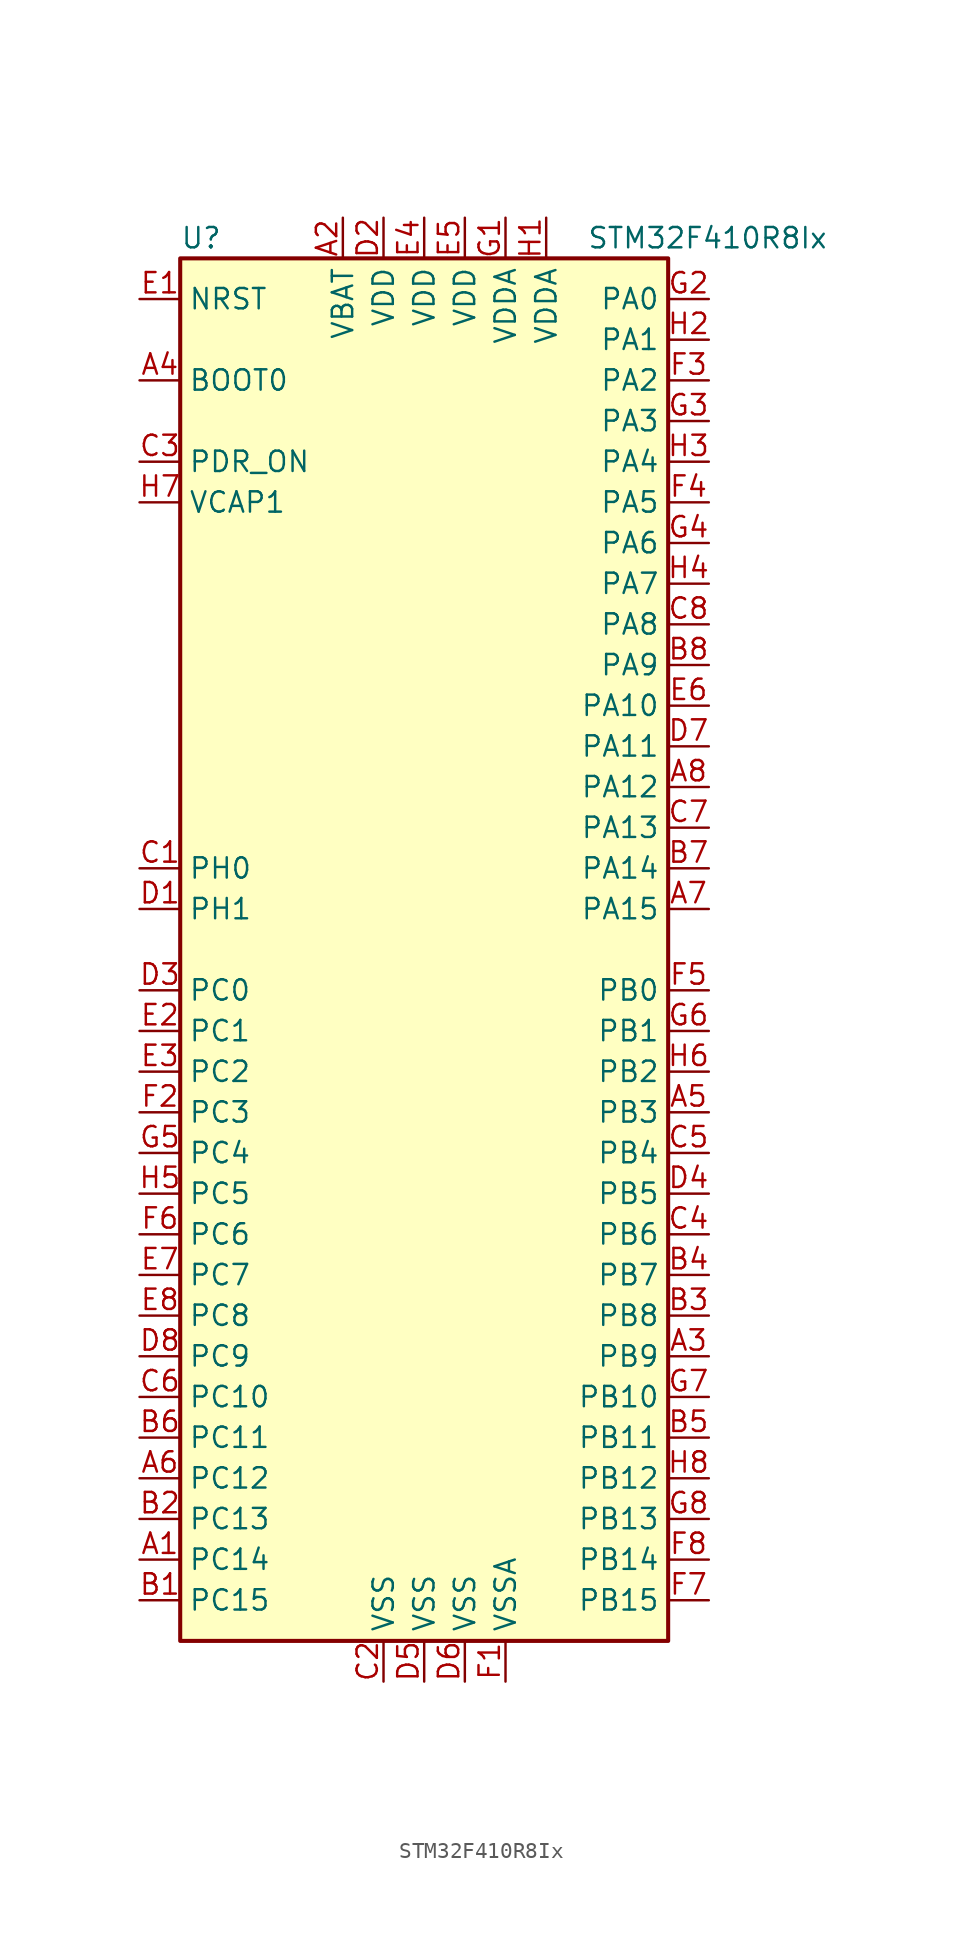
<source format=kicad_sym>
(kicad_symbol_lib
  (version 20201005)
  (generator kicad_symbol_editor)
  (symbol "STM32F410R8Ix"
    (property "Reference" "U"
      (at -15.24 44.45 0)
      (effects (font (size 1.27 1.27)) (justify left)))
    (property "Value" "STM32F410R8Ix"
      (at 10.16 44.45 0)
      (effects (font (size 1.27 1.27)) (justify left)))
    (symbol "STM32F410R8Ix_0_1"
      (rectangle (start -15.24 -43.18) (end 15.24 43.18) (stroke (width 0.254)) (fill (type background))))
    (symbol "STM32F410R8Ix_1_1"
      (pin input line (at -17.78 35.56 0) (length 2.54) (name "BOOT0" (effects (font (size 1.27 1.27)))) (number "A4" (effects (font (size 1.27 1.27)))))
      (pin input line (at -17.78 40.64 0) (length 2.54) (name "NRST" (effects (font (size 1.27 1.27)))) (number "E1" (effects (font (size 1.27 1.27)))))
      (pin bidirectional line (at 17.78 40.64 180) (length 2.54) (name "PA0" (effects (font (size 1.27 1.27)))) (number "G2" (effects (font (size 1.27 1.27)))))
      (pin bidirectional line (at 17.78 38.1 180) (length 2.54) (name "PA1" (effects (font (size 1.27 1.27)))) (number "H2" (effects (font (size 1.27 1.27)))))
      (pin bidirectional line (at 17.78 15.24 180) (length 2.54) (name "PA10" (effects (font (size 1.27 1.27)))) (number "E6" (effects (font (size 1.27 1.27)))))
      (pin bidirectional line (at 17.78 12.7 180) (length 2.54) (name "PA11" (effects (font (size 1.27 1.27)))) (number "D7" (effects (font (size 1.27 1.27)))))
      (pin bidirectional line (at 17.78 10.16 180) (length 2.54) (name "PA12" (effects (font (size 1.27 1.27)))) (number "A8" (effects (font (size 1.27 1.27)))))
      (pin bidirectional line (at 17.78 7.62 180) (length 2.54) (name "PA13" (effects (font (size 1.27 1.27)))) (number "C7" (effects (font (size 1.27 1.27)))))
      (pin bidirectional line (at 17.78 5.08 180) (length 2.54) (name "PA14" (effects (font (size 1.27 1.27)))) (number "B7" (effects (font (size 1.27 1.27)))))
      (pin bidirectional line (at 17.78 2.54 180) (length 2.54) (name "PA15" (effects (font (size 1.27 1.27)))) (number "A7" (effects (font (size 1.27 1.27)))))
      (pin bidirectional line (at 17.78 35.56 180) (length 2.54) (name "PA2" (effects (font (size 1.27 1.27)))) (number "F3" (effects (font (size 1.27 1.27)))))
      (pin bidirectional line (at 17.78 33.02 180) (length 2.54) (name "PA3" (effects (font (size 1.27 1.27)))) (number "G3" (effects (font (size 1.27 1.27)))))
      (pin bidirectional line (at 17.78 30.48 180) (length 2.54) (name "PA4" (effects (font (size 1.27 1.27)))) (number "H3" (effects (font (size 1.27 1.27)))))
      (pin bidirectional line (at 17.78 27.94 180) (length 2.54) (name "PA5" (effects (font (size 1.27 1.27)))) (number "F4" (effects (font (size 1.27 1.27)))))
      (pin bidirectional line (at 17.78 25.4 180) (length 2.54) (name "PA6" (effects (font (size 1.27 1.27)))) (number "G4" (effects (font (size 1.27 1.27)))))
      (pin bidirectional line (at 17.78 22.86 180) (length 2.54) (name "PA7" (effects (font (size 1.27 1.27)))) (number "H4" (effects (font (size 1.27 1.27)))))
      (pin bidirectional line (at 17.78 20.32 180) (length 2.54) (name "PA8" (effects (font (size 1.27 1.27)))) (number "C8" (effects (font (size 1.27 1.27)))))
      (pin bidirectional line (at 17.78 17.78 180) (length 2.54) (name "PA9" (effects (font (size 1.27 1.27)))) (number "B8" (effects (font (size 1.27 1.27)))))
      (pin bidirectional line (at 17.78 -2.54 180) (length 2.54) (name "PB0" (effects (font (size 1.27 1.27)))) (number "F5" (effects (font (size 1.27 1.27)))))
      (pin bidirectional line (at 17.78 -5.08 180) (length 2.54) (name "PB1" (effects (font (size 1.27 1.27)))) (number "G6" (effects (font (size 1.27 1.27)))))
      (pin bidirectional line (at 17.78 -27.94 180) (length 2.54) (name "PB10" (effects (font (size 1.27 1.27)))) (number "G7" (effects (font (size 1.27 1.27)))))
      (pin bidirectional line (at 17.78 -30.48 180) (length 2.54) (name "PB11" (effects (font (size 1.27 1.27)))) (number "B5" (effects (font (size 1.27 1.27)))))
      (pin bidirectional line (at 17.78 -33.02 180) (length 2.54) (name "PB12" (effects (font (size 1.27 1.27)))) (number "H8" (effects (font (size 1.27 1.27)))))
      (pin bidirectional line (at 17.78 -35.56 180) (length 2.54) (name "PB13" (effects (font (size 1.27 1.27)))) (number "G8" (effects (font (size 1.27 1.27)))))
      (pin bidirectional line (at 17.78 -38.1 180) (length 2.54) (name "PB14" (effects (font (size 1.27 1.27)))) (number "F8" (effects (font (size 1.27 1.27)))))
      (pin bidirectional line (at 17.78 -40.64 180) (length 2.54) (name "PB15" (effects (font (size 1.27 1.27)))) (number "F7" (effects (font (size 1.27 1.27)))))
      (pin bidirectional line (at 17.78 -7.62 180) (length 2.54) (name "PB2" (effects (font (size 1.27 1.27)))) (number "H6" (effects (font (size 1.27 1.27)))))
      (pin bidirectional line (at 17.78 -10.16 180) (length 2.54) (name "PB3" (effects (font (size 1.27 1.27)))) (number "A5" (effects (font (size 1.27 1.27)))))
      (pin bidirectional line (at 17.78 -12.7 180) (length 2.54) (name "PB4" (effects (font (size 1.27 1.27)))) (number "C5" (effects (font (size 1.27 1.27)))))
      (pin bidirectional line (at 17.78 -15.24 180) (length 2.54) (name "PB5" (effects (font (size 1.27 1.27)))) (number "D4" (effects (font (size 1.27 1.27)))))
      (pin bidirectional line (at 17.78 -17.78 180) (length 2.54) (name "PB6" (effects (font (size 1.27 1.27)))) (number "C4" (effects (font (size 1.27 1.27)))))
      (pin bidirectional line (at 17.78 -20.32 180) (length 2.54) (name "PB7" (effects (font (size 1.27 1.27)))) (number "B4" (effects (font (size 1.27 1.27)))))
      (pin bidirectional line (at 17.78 -22.86 180) (length 2.54) (name "PB8" (effects (font (size 1.27 1.27)))) (number "B3" (effects (font (size 1.27 1.27)))))
      (pin bidirectional line (at 17.78 -25.4 180) (length 2.54) (name "PB9" (effects (font (size 1.27 1.27)))) (number "A3" (effects (font (size 1.27 1.27)))))
      (pin bidirectional line (at -17.78 -2.54 0) (length 2.54) (name "PC0" (effects (font (size 1.27 1.27)))) (number "D3" (effects (font (size 1.27 1.27)))))
      (pin bidirectional line (at -17.78 -5.08 0) (length 2.54) (name "PC1" (effects (font (size 1.27 1.27)))) (number "E2" (effects (font (size 1.27 1.27)))))
      (pin bidirectional line (at -17.78 -27.94 0) (length 2.54) (name "PC10" (effects (font (size 1.27 1.27)))) (number "C6" (effects (font (size 1.27 1.27)))))
      (pin bidirectional line (at -17.78 -30.48 0) (length 2.54) (name "PC11" (effects (font (size 1.27 1.27)))) (number "B6" (effects (font (size 1.27 1.27)))))
      (pin bidirectional line (at -17.78 -33.02 0) (length 2.54) (name "PC12" (effects (font (size 1.27 1.27)))) (number "A6" (effects (font (size 1.27 1.27)))))
      (pin bidirectional line (at -17.78 -35.56 0) (length 2.54) (name "PC13" (effects (font (size 1.27 1.27)))) (number "B2" (effects (font (size 1.27 1.27)))))
      (pin bidirectional line (at -17.78 -38.1 0) (length 2.54) (name "PC14" (effects (font (size 1.27 1.27)))) (number "A1" (effects (font (size 1.27 1.27)))))
      (pin bidirectional line (at -17.78 -40.64 0) (length 2.54) (name "PC15" (effects (font (size 1.27 1.27)))) (number "B1" (effects (font (size 1.27 1.27)))))
      (pin bidirectional line (at -17.78 -7.62 0) (length 2.54) (name "PC2" (effects (font (size 1.27 1.27)))) (number "E3" (effects (font (size 1.27 1.27)))))
      (pin bidirectional line (at -17.78 -10.16 0) (length 2.54) (name "PC3" (effects (font (size 1.27 1.27)))) (number "F2" (effects (font (size 1.27 1.27)))))
      (pin bidirectional line (at -17.78 -12.7 0) (length 2.54) (name "PC4" (effects (font (size 1.27 1.27)))) (number "G5" (effects (font (size 1.27 1.27)))))
      (pin bidirectional line (at -17.78 -15.24 0) (length 2.54) (name "PC5" (effects (font (size 1.27 1.27)))) (number "H5" (effects (font (size 1.27 1.27)))))
      (pin bidirectional line (at -17.78 -17.78 0) (length 2.54) (name "PC6" (effects (font (size 1.27 1.27)))) (number "F6" (effects (font (size 1.27 1.27)))))
      (pin bidirectional line (at -17.78 -20.32 0) (length 2.54) (name "PC7" (effects (font (size 1.27 1.27)))) (number "E7" (effects (font (size 1.27 1.27)))))
      (pin bidirectional line (at -17.78 -22.86 0) (length 2.54) (name "PC8" (effects (font (size 1.27 1.27)))) (number "E8" (effects (font (size 1.27 1.27)))))
      (pin bidirectional line (at -17.78 -25.4 0) (length 2.54) (name "PC9" (effects (font (size 1.27 1.27)))) (number "D8" (effects (font (size 1.27 1.27)))))
      (pin power_in line (at -17.78 30.48 0) (length 2.54) (name "PDR_ON" (effects (font (size 1.27 1.27)))) (number "C3" (effects (font (size 1.27 1.27)))))
      (pin input line (at -17.78 5.08 0) (length 2.54) (name "PH0" (effects (font (size 1.27 1.27)))) (number "C1" (effects (font (size 1.27 1.27)))))
      (pin input line (at -17.78 2.54 0) (length 2.54) (name "PH1" (effects (font (size 1.27 1.27)))) (number "D1" (effects (font (size 1.27 1.27)))))
      (pin power_in line (at -5.08 45.72 270) (length 2.54) (name "VBAT" (effects (font (size 1.27 1.27)))) (number "A2" (effects (font (size 1.27 1.27)))))
      (pin power_in line (at -17.78 27.94 0) (length 2.54) (name "VCAP1" (effects (font (size 1.27 1.27)))) (number "H7" (effects (font (size 1.27 1.27)))))
      (pin power_in line (at -2.54 45.72 270) (length 2.54) (name "VDD" (effects (font (size 1.27 1.27)))) (number "D2" (effects (font (size 1.27 1.27)))))
      (pin power_in line (at 0 45.72 270) (length 2.54) (name "VDD" (effects (font (size 1.27 1.27)))) (number "E4" (effects (font (size 1.27 1.27)))))
      (pin power_in line (at 2.54 45.72 270) (length 2.54) (name "VDD" (effects (font (size 1.27 1.27)))) (number "E5" (effects (font (size 1.27 1.27)))))
      (pin power_in line (at 5.08 45.72 270) (length 2.54) (name "VDDA" (effects (font (size 1.27 1.27)))) (number "G1" (effects (font (size 1.27 1.27)))))
      (pin power_in line (at 7.62 45.72 270) (length 2.54) (name "VDDA" (effects (font (size 1.27 1.27)))) (number "H1" (effects (font (size 1.27 1.27)))))
      (pin power_in line (at -2.54 -45.72 90) (length 2.54) (name "VSS" (effects (font (size 1.27 1.27)))) (number "C2" (effects (font (size 1.27 1.27)))))
      (pin power_in line (at 0 -45.72 90) (length 2.54) (name "VSS" (effects (font (size 1.27 1.27)))) (number "D5" (effects (font (size 1.27 1.27)))))
      (pin power_in line (at 2.54 -45.72 90) (length 2.54) (name "VSS" (effects (font (size 1.27 1.27)))) (number "D6" (effects (font (size 1.27 1.27)))))
      (pin power_in line (at 5.08 -45.72 90) (length 2.54) (name "VSSA" (effects (font (size 1.27 1.27)))) (number "F1" (effects (font (size 1.27 1.27))))))))
</source>
